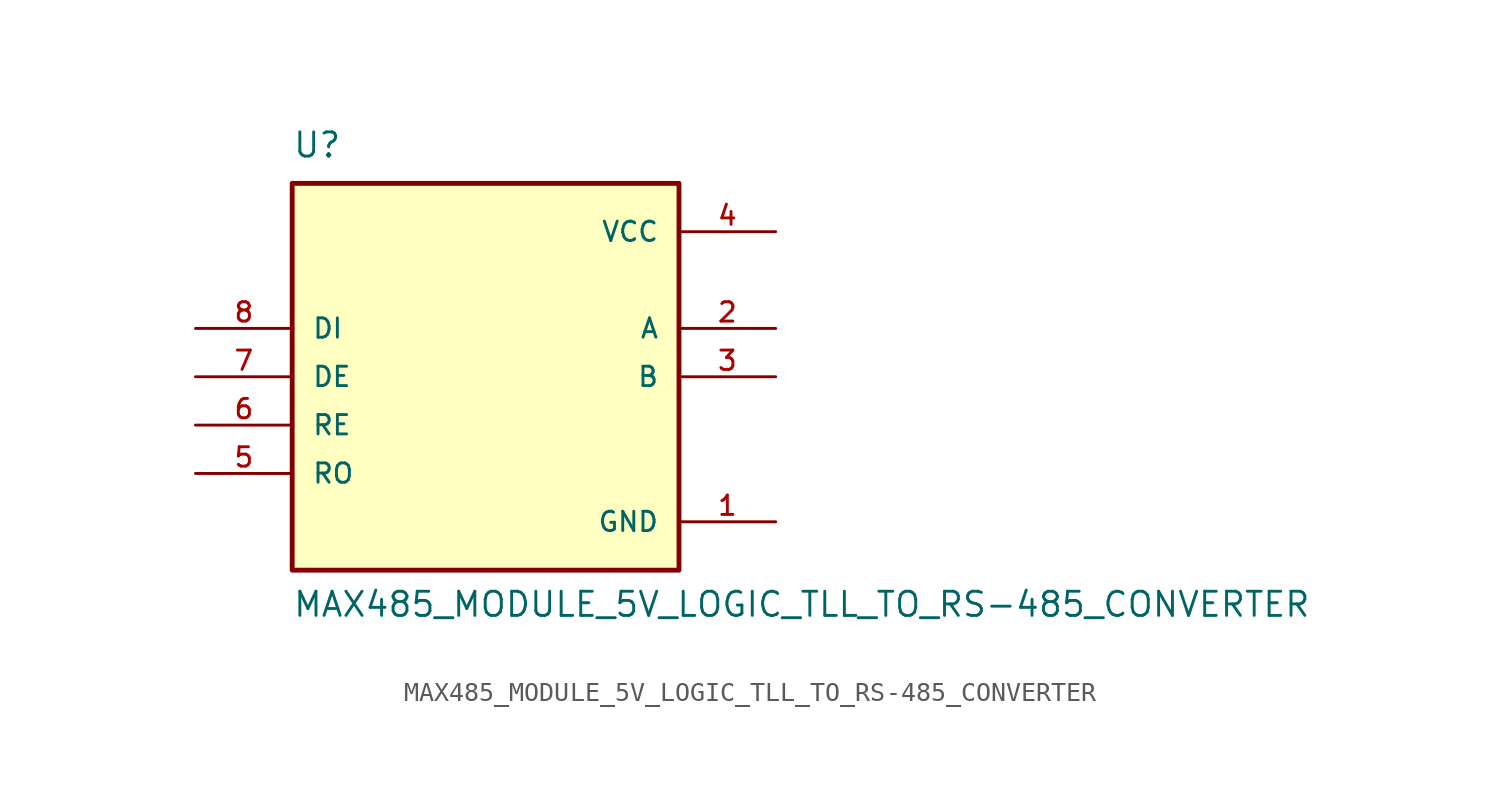
<source format=kicad_sym>
(kicad_symbol_lib
  (version 20211014)
  (generator kicad_symbol_editor)
  (symbol "MAX485_MODULE_5V_LOGIC_TLL_TO_RS-485_CONVERTER"
    (pin_names
      (offset 1.016))
    (property "Reference" "U"
      (at -10.16 11.43 0)
      (effects (font (size 1.27 1.27)) (justify bottom left)))
    (property "Value" "MAX485_MODULE_5V_LOGIC_TLL_TO_RS-485_CONVERTER"
      (at -10.16 -12.7 0)
      (effects (font (size 1.27 1.27)) (justify bottom left)))
    (symbol "MAX485_MODULE_5V_LOGIC_TLL_TO_RS-485_CONVERTER_0_0"
      (rectangle (start -10.16 -10.16) (end 10.16 10.16) (stroke (width 0.254)) (fill (type background)))
      (pin input line (at -15.24 2.54 0) (length 5.08) (name "DI" (effects (font (size 1.016 1.016)))) (number "8" (effects (font (size 1.016 1.016)))))
      (pin input line (at -15.24 0.0 0) (length 5.08) (name "DE" (effects (font (size 1.016 1.016)))) (number "7" (effects (font (size 1.016 1.016)))))
      (pin input line (at -15.24 -2.54 0) (length 5.08) (name "RE" (effects (font (size 1.016 1.016)))) (number "6" (effects (font (size 1.016 1.016)))))
      (pin output line (at -15.24 -5.08 0) (length 5.08) (name "RO" (effects (font (size 1.016 1.016)))) (number "5" (effects (font (size 1.016 1.016)))))
      (pin power_in line (at 15.24 7.62 180.0) (length 5.08) (name "VCC" (effects (font (size 1.016 1.016)))) (number "4" (effects (font (size 1.016 1.016)))))
      (pin power_in line (at 15.24 -7.62 180.0) (length 5.08) (name "GND" (effects (font (size 1.016 1.016)))) (number "1" (effects (font (size 1.016 1.016)))))
      (pin bidirectional line (at 15.24 2.54 180.0) (length 5.08) (name "A" (effects (font (size 1.016 1.016)))) (number "2" (effects (font (size 1.016 1.016)))))
      (pin bidirectional line (at 15.24 0.0 180.0) (length 5.08) (name "B" (effects (font (size 1.016 1.016)))) (number "3" (effects (font (size 1.016 1.016))))))))
</source>
